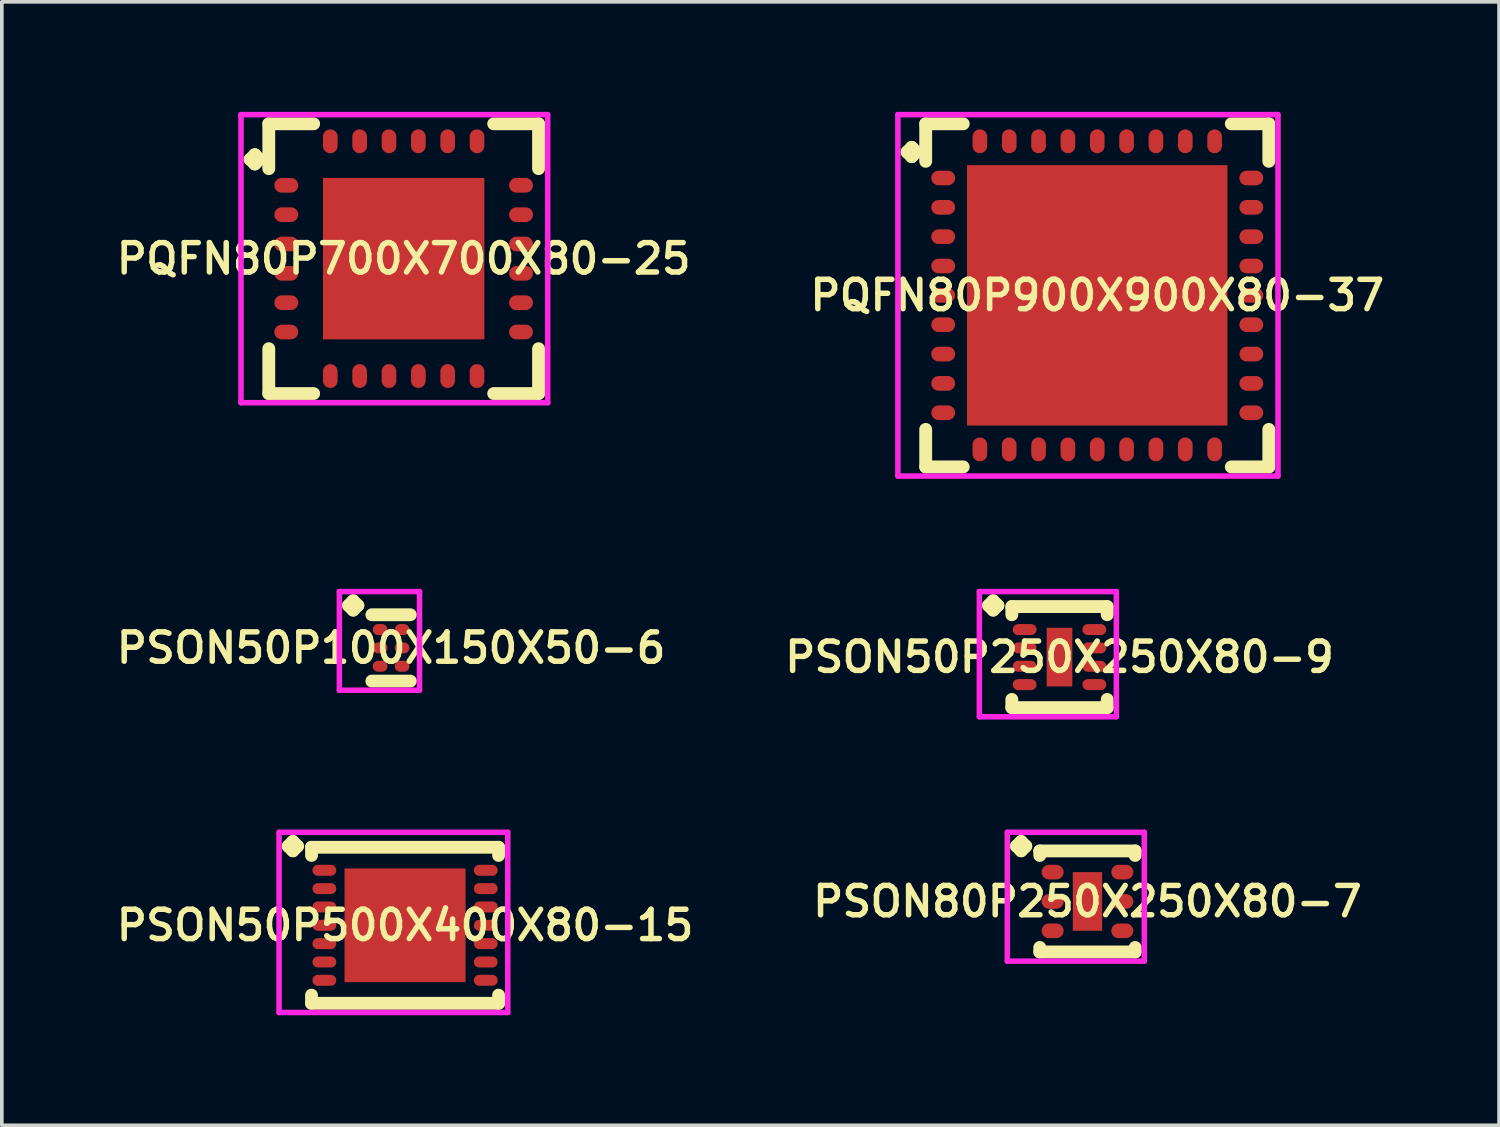
<source format=kicad_pcb>
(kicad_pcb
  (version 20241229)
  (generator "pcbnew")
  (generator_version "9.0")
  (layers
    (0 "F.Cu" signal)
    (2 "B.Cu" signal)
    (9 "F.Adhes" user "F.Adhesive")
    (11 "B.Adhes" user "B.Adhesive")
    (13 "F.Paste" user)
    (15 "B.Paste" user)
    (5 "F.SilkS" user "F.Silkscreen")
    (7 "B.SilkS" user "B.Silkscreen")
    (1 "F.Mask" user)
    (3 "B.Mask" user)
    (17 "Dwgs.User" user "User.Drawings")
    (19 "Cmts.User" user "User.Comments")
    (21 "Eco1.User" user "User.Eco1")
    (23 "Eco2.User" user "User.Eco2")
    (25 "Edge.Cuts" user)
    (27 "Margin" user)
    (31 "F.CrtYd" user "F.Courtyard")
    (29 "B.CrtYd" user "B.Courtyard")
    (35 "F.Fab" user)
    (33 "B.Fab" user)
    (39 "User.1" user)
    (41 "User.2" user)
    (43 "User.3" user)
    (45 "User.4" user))
  (footprint "PSON80P250X250X80-7"
    (layer "F.Cu")
    (at 26.597 21.526)
    (property "Reference" "PSON80P250X250X80-7" (at 0 0 0) (layer "F.SilkS") (effects (font (size 0.8 0.8) (thickness 0.15))))
    (attr through_hole)
    (fp_line (start -1.935 -1.508) (end -1.808 -1.635) (stroke (width 0.35) (type solid)) (layer "F.SilkS"))
    (fp_line (start -1.808 -1.635) (end -1.681 -1.508) (stroke (width 0.35) (type solid)) (layer "F.SilkS"))
    (fp_line (start -1.808 -1.381) (end -1.935 -1.508) (stroke (width 0.35) (type solid)) (layer "F.SilkS"))
    (fp_line (start -1.681 -1.508) (end -1.808 -1.381) (stroke (width 0.35) (type solid)) (layer "F.SilkS"))
    (fp_line (start -1.3 -1.377) (end 1.3 -1.377) (stroke (width 0.35) (type solid)) (layer "F.SilkS"))
    (fp_line (start -1.3 -1.254) (end -1.3 -1.377) (stroke (width 0.35) (type solid)) (layer "F.SilkS"))
    (fp_line (start -1.3 1.254) (end -1.3 1.377) (stroke (width 0.35) (type solid)) (layer "F.SilkS"))
    (fp_line (start -1.3 1.377) (end 1.3 1.377) (stroke (width 0.35) (type solid)) (layer "F.SilkS"))
    (fp_line (start 1.3 -1.377) (end 1.3 -1.254) (stroke (width 0.35) (type solid)) (layer "F.SilkS"))
    (fp_line (start 1.3 1.377) (end 1.3 1.254) (stroke (width 0.35) (type solid)) (layer "F.SilkS"))
    (fp_line (start -2.185 -1.885) (end 1.55 -1.885) (stroke (width 0.15) (type solid)) (layer "F.CrtYd"))
    (fp_line (start -2.185 1.627) (end -2.185 -1.885) (stroke (width 0.15) (type solid)) (layer "F.CrtYd"))
    (fp_line (start 1.55 -1.885) (end 1.55 1.627) (stroke (width 0.15) (type solid)) (layer "F.CrtYd"))
    (fp_line (start 1.55 1.627) (end -2.185 1.627) (stroke (width 0.15) (type solid)) (layer "F.CrtYd"))
    (pad "1" smd oval (at -0.95 -0.8) (size 0.6 0.4) (layers "F.Cu" "F.Mask" "F.Paste"))
    (pad "2" smd oval (at -0.95 0) (size 0.6 0.4) (layers "F.Cu" "F.Mask" "F.Paste"))
    (pad "3" smd oval (at -0.95 0.8) (size 0.6 0.4) (layers "F.Cu" "F.Mask" "F.Paste"))
    (pad "4" smd oval (at 0.95 0.8) (size 0.6 0.4) (layers "F.Cu" "F.Mask" "F.Paste"))
    (pad "5" smd oval (at 0.95 0) (size 0.6 0.4) (layers "F.Cu" "F.Mask" "F.Paste"))
    (pad "6" smd oval (at 0.95 -0.8) (size 0.6 0.4) (layers "F.Cu" "F.Mask" "F.Paste"))
    (pad "7" smd rect (at 0 0) (size 0.8 1.6) (layers "F.Cu" "F.Mask" "F.Paste")))
  (footprint "PSON50P250X250X80-9"
    (layer "F.Cu")
    (at 25.835 14.864)
    (property "Reference" "PSON50P250X250X80-9" (at 0 0 0) (layer "F.SilkS") (effects (font (size 0.8 0.8) (thickness 0.15))))
    (attr smd)
    (fp_line (start -1.935 -1.408) (end -1.808 -1.535) (stroke (width 0.35) (type solid)) (layer "F.SilkS"))
    (fp_line (start -1.808 -1.535) (end -1.681 -1.408) (stroke (width 0.35) (type solid)) (layer "F.SilkS"))
    (fp_line (start -1.808 -1.281) (end -1.935 -1.408) (stroke (width 0.35) (type solid)) (layer "F.SilkS"))
    (fp_line (start -1.681 -1.408) (end -1.808 -1.281) (stroke (width 0.35) (type solid)) (layer "F.SilkS"))
    (fp_line (start -1.3 -1.377) (end 1.3 -1.377) (stroke (width 0.35) (type solid)) (layer "F.SilkS"))
    (fp_line (start -1.3 -1.154) (end -1.3 -1.377) (stroke (width 0.35) (type solid)) (layer "F.SilkS"))
    (fp_line (start -1.3 1.154) (end -1.3 1.377) (stroke (width 0.35) (type solid)) (layer "F.SilkS"))
    (fp_line (start -1.3 1.377) (end 1.3 1.377) (stroke (width 0.35) (type solid)) (layer "F.SilkS"))
    (fp_line (start 1.3 -1.377) (end 1.3 -1.154) (stroke (width 0.35) (type solid)) (layer "F.SilkS"))
    (fp_line (start 1.3 1.377) (end 1.3 1.154) (stroke (width 0.35) (type solid)) (layer "F.SilkS"))
    (fp_line (start -2.185 -1.785) (end 1.55 -1.785) (stroke (width 0.15) (type solid)) (layer "F.CrtYd"))
    (fp_line (start -2.185 1.627) (end -2.185 -1.785) (stroke (width 0.15) (type solid)) (layer "F.CrtYd"))
    (fp_line (start 1.55 -1.785) (end 1.55 1.627) (stroke (width 0.15) (type solid)) (layer "F.CrtYd"))
    (fp_line (start 1.55 1.627) (end -2.185 1.627) (stroke (width 0.15) (type solid)) (layer "F.CrtYd"))
    (pad "1" smd oval (at -0.95 -0.75) (size 0.65 0.3) (layers "F.Cu" "F.Mask" "F.Paste"))
    (pad "2" smd oval (at -0.95 -0.25) (size 0.65 0.3) (layers "F.Cu" "F.Mask" "F.Paste"))
    (pad "3" smd oval (at -0.95 0.25) (size 0.65 0.3) (layers "F.Cu" "F.Mask" "F.Paste"))
    (pad "4" smd oval (at -0.95 0.75) (size 0.65 0.3) (layers "F.Cu" "F.Mask" "F.Paste"))
    (pad "5" smd oval (at 0.95 0.75) (size 0.65 0.3) (layers "F.Cu" "F.Mask" "F.Paste"))
    (pad "6" smd oval (at 0.95 0.25) (size 0.65 0.3) (layers "F.Cu" "F.Mask" "F.Paste"))
    (pad "7" smd oval (at 0.95 -0.25) (size 0.65 0.3) (layers "F.Cu" "F.Mask" "F.Paste"))
    (pad "8" smd oval (at 0.95 -0.75) (size 0.65 0.3) (layers "F.Cu" "F.Mask" "F.Paste"))
    (pad "9" smd rect (at 0 0) (size 0.7 1.6) (layers "F.Cu" "F.Mask" "F.Paste")))
  (footprint "PQFN80P700X700X80-25"
    (layer "F.Cu")
    (at 7.955 4.002)
    (property "Reference" "PQFN80P700X700X80-25" (at 0 0 0) (layer "F.SilkS") (effects (font (size 0.8 0.8) (thickness 0.15))))
    (attr smd)
    (fp_line (start -4.185 -2.708) (end -4.058 -2.835) (stroke (width 0.35) (type solid)) (layer "F.SilkS"))
    (fp_line (start -4.058 -2.835) (end -3.931 -2.708) (stroke (width 0.35) (type solid)) (layer "F.SilkS"))
    (fp_line (start -4.058 -2.581) (end -4.185 -2.708) (stroke (width 0.35) (type solid)) (layer "F.SilkS"))
    (fp_line (start -3.931 -2.708) (end -4.058 -2.581) (stroke (width 0.35) (type solid)) (layer "F.SilkS"))
    (fp_line (start -3.677 -3.677) (end -2.454 -3.677) (stroke (width 0.35) (type solid)) (layer "F.SilkS"))
    (fp_line (start -3.677 -2.454) (end -3.677 -3.677) (stroke (width 0.35) (type solid)) (layer "F.SilkS"))
    (fp_line (start -3.677 2.454) (end -3.677 3.677) (stroke (width 0.35) (type solid)) (layer "F.SilkS"))
    (fp_line (start -3.677 3.677) (end -2.454 3.677) (stroke (width 0.35) (type solid)) (layer "F.SilkS"))
    (fp_line (start 2.454 -3.677) (end 3.677 -3.677) (stroke (width 0.35) (type solid)) (layer "F.SilkS"))
    (fp_line (start 2.454 3.677) (end 3.677 3.677) (stroke (width 0.35) (type solid)) (layer "F.SilkS"))
    (fp_line (start 3.677 -3.677) (end 3.677 -2.454) (stroke (width 0.35) (type solid)) (layer "F.SilkS"))
    (fp_line (start 3.677 3.677) (end 3.677 2.454) (stroke (width 0.35) (type solid)) (layer "F.SilkS"))
    (fp_line (start -4.435 -3.927) (end 3.927 -3.927) (stroke (width 0.15) (type solid)) (layer "F.CrtYd"))
    (fp_line (start -4.435 3.927) (end -4.435 -3.927) (stroke (width 0.15) (type solid)) (layer "F.CrtYd"))
    (fp_line (start 3.927 -3.927) (end 3.927 3.927) (stroke (width 0.15) (type solid)) (layer "F.CrtYd"))
    (fp_line (start 3.927 3.927) (end -4.435 3.927) (stroke (width 0.15) (type solid)) (layer "F.CrtYd"))
    (pad "1" smd oval (at -3.2 -2) (size 0.65 0.4) (layers "F.Cu" "F.Mask" "F.Paste"))
    (pad "2" smd oval (at -3.2 -1.2) (size 0.65 0.4) (layers "F.Cu" "F.Mask" "F.Paste"))
    (pad "3" smd oval (at -3.2 -0.4) (size 0.65 0.4) (layers "F.Cu" "F.Mask" "F.Paste"))
    (pad "4" smd oval (at -3.2 0.4) (size 0.65 0.4) (layers "F.Cu" "F.Mask" "F.Paste"))
    (pad "5" smd oval (at -3.2 1.2) (size 0.65 0.4) (layers "F.Cu" "F.Mask" "F.Paste"))
    (pad "6" smd oval (at -3.2 2) (size 0.65 0.4) (layers "F.Cu" "F.Mask" "F.Paste"))
    (pad "7" smd oval (at -2 3.2) (size 0.4 0.65) (layers "F.Cu" "F.Mask" "F.Paste"))
    (pad "8" smd oval (at -1.2 3.2) (size 0.4 0.65) (layers "F.Cu" "F.Mask" "F.Paste"))
    (pad "9" smd oval (at -0.4 3.2) (size 0.4 0.65) (layers "F.Cu" "F.Mask" "F.Paste"))
    (pad "10" smd oval (at 0.4 3.2) (size 0.4 0.65) (layers "F.Cu" "F.Mask" "F.Paste"))
    (pad "11" smd oval (at 1.2 3.2) (size 0.4 0.65) (layers "F.Cu" "F.Mask" "F.Paste"))
    (pad "12" smd oval (at 2 3.2) (size 0.4 0.65) (layers "F.Cu" "F.Mask" "F.Paste"))
    (pad "13" smd oval (at 3.2 2) (size 0.65 0.4) (layers "F.Cu" "F.Mask" "F.Paste"))
    (pad "14" smd oval (at 3.2 1.2) (size 0.65 0.4) (layers "F.Cu" "F.Mask" "F.Paste"))
    (pad "15" smd oval (at 3.2 0.4) (size 0.65 0.4) (layers "F.Cu" "F.Mask" "F.Paste"))
    (pad "16" smd oval (at 3.2 -0.4) (size 0.65 0.4) (layers "F.Cu" "F.Mask" "F.Paste"))
    (pad "17" smd oval (at 3.2 -1.2) (size 0.65 0.4) (layers "F.Cu" "F.Mask" "F.Paste"))
    (pad "18" smd oval (at 3.2 -2) (size 0.65 0.4) (layers "F.Cu" "F.Mask" "F.Paste"))
    (pad "19" smd oval (at 2 -3.2) (size 0.4 0.65) (layers "F.Cu" "F.Mask" "F.Paste"))
    (pad "20" smd oval (at 1.2 -3.2) (size 0.4 0.65) (layers "F.Cu" "F.Mask" "F.Paste"))
    (pad "21" smd oval (at 0.4 -3.2) (size 0.4 0.65) (layers "F.Cu" "F.Mask" "F.Paste"))
    (pad "22" smd oval (at -0.4 -3.2) (size 0.4 0.65) (layers "F.Cu" "F.Mask" "F.Paste"))
    (pad "23" smd oval (at -1.2 -3.2) (size 0.4 0.65) (layers "F.Cu" "F.Mask" "F.Paste"))
    (pad "24" smd oval (at -2 -3.2) (size 0.4 0.65) (layers "F.Cu" "F.Mask" "F.Paste"))
    (pad "25" smd rect (at 0 0) (size 4.4 4.4) (layers "F.Cu" "F.Mask" "F.Paste")))
  (footprint "PQFN80P900X900X80-37"
    (layer "F.Cu")
    (at 26.864 5.002)
    (property "Reference" "PQFN80P900X900X80-37" (at 0 0 0) (layer "F.SilkS") (effects (font (size 0.8 0.8) (thickness 0.15))))
    (attr through_hole)
    (fp_line (start -5.185 -3.908) (end -5.058 -4.035) (stroke (width 0.35) (type solid)) (layer "F.SilkS"))
    (fp_line (start -5.058 -4.035) (end -4.931 -3.908) (stroke (width 0.35) (type solid)) (layer "F.SilkS"))
    (fp_line (start -5.058 -3.781) (end -5.185 -3.908) (stroke (width 0.35) (type solid)) (layer "F.SilkS"))
    (fp_line (start -4.931 -3.908) (end -5.058 -3.781) (stroke (width 0.35) (type solid)) (layer "F.SilkS"))
    (fp_line (start -4.677 -4.677) (end -3.654 -4.677) (stroke (width 0.35) (type solid)) (layer "F.SilkS"))
    (fp_line (start -4.677 -3.654) (end -4.677 -4.677) (stroke (width 0.35) (type solid)) (layer "F.SilkS"))
    (fp_line (start -4.677 3.654) (end -4.677 4.677) (stroke (width 0.35) (type solid)) (layer "F.SilkS"))
    (fp_line (start -4.677 4.677) (end -3.654 4.677) (stroke (width 0.35) (type solid)) (layer "F.SilkS"))
    (fp_line (start 3.654 -4.677) (end 4.677 -4.677) (stroke (width 0.35) (type solid)) (layer "F.SilkS"))
    (fp_line (start 3.654 4.677) (end 4.677 4.677) (stroke (width 0.35) (type solid)) (layer "F.SilkS"))
    (fp_line (start 4.677 -4.677) (end 4.677 -3.654) (stroke (width 0.35) (type solid)) (layer "F.SilkS"))
    (fp_line (start 4.677 4.677) (end 4.677 3.654) (stroke (width 0.35) (type solid)) (layer "F.SilkS"))
    (fp_line (start -5.435 -4.927) (end 4.927 -4.927) (stroke (width 0.15) (type solid)) (layer "F.CrtYd"))
    (fp_line (start -5.435 4.927) (end -5.435 -4.927) (stroke (width 0.15) (type solid)) (layer "F.CrtYd"))
    (fp_line (start 4.927 -4.927) (end 4.927 4.927) (stroke (width 0.15) (type solid)) (layer "F.CrtYd"))
    (fp_line (start 4.927 4.927) (end -5.435 4.927) (stroke (width 0.15) (type solid)) (layer "F.CrtYd"))
    (pad "1" smd oval (at -4.2 -3.2) (size 0.65 0.4) (layers "F.Cu" "F.Mask" "F.Paste"))
    (pad "2" smd oval (at -4.2 -2.4) (size 0.65 0.4) (layers "F.Cu" "F.Mask" "F.Paste"))
    (pad "3" smd oval (at -4.2 -1.6) (size 0.65 0.4) (layers "F.Cu" "F.Mask" "F.Paste"))
    (pad "4" smd oval (at -4.2 -0.8) (size 0.65 0.4) (layers "F.Cu" "F.Mask" "F.Paste"))
    (pad "5" smd oval (at -4.2 0) (size 0.65 0.4) (layers "F.Cu" "F.Mask" "F.Paste"))
    (pad "6" smd oval (at -4.2 0.8) (size 0.65 0.4) (layers "F.Cu" "F.Mask" "F.Paste"))
    (pad "7" smd oval (at -4.2 1.6) (size 0.65 0.4) (layers "F.Cu" "F.Mask" "F.Paste"))
    (pad "8" smd oval (at -4.2 2.4) (size 0.65 0.4) (layers "F.Cu" "F.Mask" "F.Paste"))
    (pad "9" smd oval (at -4.2 3.2) (size 0.65 0.4) (layers "F.Cu" "F.Mask" "F.Paste"))
    (pad "10" smd oval (at -3.2 4.2) (size 0.4 0.65) (layers "F.Cu" "F.Mask" "F.Paste"))
    (pad "11" smd oval (at -2.4 4.2) (size 0.4 0.65) (layers "F.Cu" "F.Mask" "F.Paste"))
    (pad "12" smd oval (at -1.6 4.2) (size 0.4 0.65) (layers "F.Cu" "F.Mask" "F.Paste"))
    (pad "13" smd oval (at -0.8 4.2) (size 0.4 0.65) (layers "F.Cu" "F.Mask" "F.Paste"))
    (pad "14" smd oval (at 0 4.2) (size 0.4 0.65) (layers "F.Cu" "F.Mask" "F.Paste"))
    (pad "15" smd oval (at 0.8 4.2) (size 0.4 0.65) (layers "F.Cu" "F.Mask" "F.Paste"))
    (pad "16" smd oval (at 1.6 4.2) (size 0.4 0.65) (layers "F.Cu" "F.Mask" "F.Paste"))
    (pad "17" smd oval (at 2.4 4.2) (size 0.4 0.65) (layers "F.Cu" "F.Mask" "F.Paste"))
    (pad "18" smd oval (at 3.2 4.2) (size 0.4 0.65) (layers "F.Cu" "F.Mask" "F.Paste"))
    (pad "19" smd oval (at 4.2 3.2) (size 0.65 0.4) (layers "F.Cu" "F.Mask" "F.Paste"))
    (pad "20" smd oval (at 4.2 2.4) (size 0.65 0.4) (layers "F.Cu" "F.Mask" "F.Paste"))
    (pad "21" smd oval (at 4.2 1.6) (size 0.65 0.4) (layers "F.Cu" "F.Mask" "F.Paste"))
    (pad "22" smd oval (at 4.2 0.8) (size 0.65 0.4) (layers "F.Cu" "F.Mask" "F.Paste"))
    (pad "23" smd oval (at 4.2 0) (size 0.65 0.4) (layers "F.Cu" "F.Mask" "F.Paste"))
    (pad "24" smd oval (at 4.2 -0.8) (size 0.65 0.4) (layers "F.Cu" "F.Mask" "F.Paste"))
    (pad "25" smd oval (at 4.2 -1.6) (size 0.65 0.4) (layers "F.Cu" "F.Mask" "F.Paste"))
    (pad "26" smd oval (at 4.2 -2.4) (size 0.65 0.4) (layers "F.Cu" "F.Mask" "F.Paste"))
    (pad "27" smd oval (at 4.2 -3.2) (size 0.65 0.4) (layers "F.Cu" "F.Mask" "F.Paste"))
    (pad "28" smd oval (at 3.2 -4.2) (size 0.4 0.65) (layers "F.Cu" "F.Mask" "F.Paste"))
    (pad "29" smd oval (at 2.4 -4.2) (size 0.4 0.65) (layers "F.Cu" "F.Mask" "F.Paste"))
    (pad "30" smd oval (at 1.6 -4.2) (size 0.4 0.65) (layers "F.Cu" "F.Mask" "F.Paste"))
    (pad "31" smd oval (at 0.8 -4.2) (size 0.4 0.65) (layers "F.Cu" "F.Mask" "F.Paste"))
    (pad "32" smd oval (at 0 -4.2) (size 0.4 0.65) (layers "F.Cu" "F.Mask" "F.Paste"))
    (pad "33" smd oval (at -0.8 -4.2) (size 0.4 0.65) (layers "F.Cu" "F.Mask" "F.Paste"))
    (pad "34" smd oval (at -1.6 -4.2) (size 0.4 0.65) (layers "F.Cu" "F.Mask" "F.Paste"))
    (pad "35" smd oval (at -2.4 -4.2) (size 0.4 0.65) (layers "F.Cu" "F.Mask" "F.Paste"))
    (pad "36" smd oval (at -3.2 -4.2) (size 0.4 0.65) (layers "F.Cu" "F.Mask" "F.Paste"))
    (pad "37" smd rect (at 0 0) (size 7.1 7.1) (layers "F.Cu" "F.Mask" "F.Paste")))
  (footprint "PSON50P100X150X50-6"
    (layer "F.Cu")
    (at 7.612 14.614)
    (property "Reference" "PSON50P100X150X50-6" (at 0 0 0) (layer "F.SilkS") (effects (font (size 0.8 0.8) (thickness 0.15))))
    (attr smd)
    (fp_line (start -1.16 -1.158) (end -1.033 -1.285) (stroke (width 0.35) (type solid)) (layer "F.SilkS"))
    (fp_line (start -1.033 -1.285) (end -0.906 -1.158) (stroke (width 0.35) (type solid)) (layer "F.SilkS"))
    (fp_line (start -1.033 -1.031) (end -1.16 -1.158) (stroke (width 0.35) (type solid)) (layer "F.SilkS"))
    (fp_line (start -0.906 -1.158) (end -1.033 -1.031) (stroke (width 0.35) (type solid)) (layer "F.SilkS"))
    (fp_line (start -0.525 -0.904) (end 0.525 -0.904) (stroke (width 0.35) (type solid)) (layer "F.SilkS"))
    (fp_line (start -0.525 0.904) (end 0.525 0.904) (stroke (width 0.35) (type solid)) (layer "F.SilkS"))
    (fp_line (start -1.41 -1.535) (end 0.775 -1.535) (stroke (width 0.15) (type solid)) (layer "F.CrtYd"))
    (fp_line (start -1.41 1.154) (end -1.41 -1.535) (stroke (width 0.15) (type solid)) (layer "F.CrtYd"))
    (fp_line (start 0.775 -1.535) (end 0.775 1.154) (stroke (width 0.15) (type solid)) (layer "F.CrtYd"))
    (fp_line (start 0.775 1.154) (end -1.41 1.154) (stroke (width 0.15) (type solid)) (layer "F.CrtYd"))
    (pad "1" smd oval (at -0.3 -0.5) (size 0.4 0.3) (layers "F.Cu" "F.Mask" "F.Paste"))
    (pad "2" smd oval (at -0.3 0) (size 0.4 0.3) (layers "F.Cu" "F.Mask" "F.Paste"))
    (pad "3" smd oval (at -0.3 0.5) (size 0.4 0.3) (layers "F.Cu" "F.Mask" "F.Paste"))
    (pad "4" smd oval (at 0.3 0.5) (size 0.4 0.3) (layers "F.Cu" "F.Mask" "F.Paste"))
    (pad "5" smd oval (at 0.3 0) (size 0.4 0.3) (layers "F.Cu" "F.Mask" "F.Paste"))
    (pad "6" smd oval (at 0.3 -0.5) (size 0.4 0.3) (layers "F.Cu" "F.Mask" "F.Paste")))
  (footprint "PSON50P500X400X80-15"
    (layer "F.Cu")
    (at 7.993 22.176)
    (property "Reference" "PSON50P500X400X80-15" (at 0 0 0) (layer "F.SilkS") (effects (font (size 0.8 0.8) (thickness 0.15))))
    (attr smd)
    (fp_line (start -3.185 -2.158) (end -3.058 -2.285) (stroke (width 0.35) (type solid)) (layer "F.SilkS"))
    (fp_line (start -3.058 -2.285) (end -2.931 -2.158) (stroke (width 0.35) (type solid)) (layer "F.SilkS"))
    (fp_line (start -3.058 -2.031) (end -3.185 -2.158) (stroke (width 0.35) (type solid)) (layer "F.SilkS"))
    (fp_line (start -2.931 -2.158) (end -3.058 -2.031) (stroke (width 0.35) (type solid)) (layer "F.SilkS"))
    (fp_line (start -2.55 -2.127) (end 2.55 -2.127) (stroke (width 0.35) (type solid)) (layer "F.SilkS"))
    (fp_line (start -2.55 -1.904) (end -2.55 -2.127) (stroke (width 0.35) (type solid)) (layer "F.SilkS"))
    (fp_line (start -2.55 1.904) (end -2.55 2.127) (stroke (width 0.35) (type solid)) (layer "F.SilkS"))
    (fp_line (start -2.55 2.127) (end 2.55 2.127) (stroke (width 0.35) (type solid)) (layer "F.SilkS"))
    (fp_line (start 2.55 -2.127) (end 2.55 -1.904) (stroke (width 0.35) (type solid)) (layer "F.SilkS"))
    (fp_line (start 2.55 2.127) (end 2.55 1.904) (stroke (width 0.35) (type solid)) (layer "F.SilkS"))
    (fp_line (start -3.435 -2.535) (end 2.8 -2.535) (stroke (width 0.15) (type solid)) (layer "F.CrtYd"))
    (fp_line (start -3.435 2.377) (end -3.435 -2.535) (stroke (width 0.15) (type solid)) (layer "F.CrtYd"))
    (fp_line (start 2.8 -2.535) (end 2.8 2.377) (stroke (width 0.15) (type solid)) (layer "F.CrtYd"))
    (fp_line (start 2.8 2.377) (end -3.435 2.377) (stroke (width 0.15) (type solid)) (layer "F.CrtYd"))
    (pad "1" smd oval (at -2.2 -1.5) (size 0.65 0.3) (layers "F.Cu" "F.Mask" "F.Paste"))
    (pad "2" smd oval (at -2.2 -1) (size 0.65 0.3) (layers "F.Cu" "F.Mask" "F.Paste"))
    (pad "3" smd oval (at -2.2 -0.5) (size 0.65 0.3) (layers "F.Cu" "F.Mask" "F.Paste"))
    (pad "4" smd oval (at -2.2 0) (size 0.65 0.3) (layers "F.Cu" "F.Mask" "F.Paste"))
    (pad "5" smd oval (at -2.2 0.5) (size 0.65 0.3) (layers "F.Cu" "F.Mask" "F.Paste"))
    (pad "6" smd oval (at -2.2 1) (size 0.65 0.3) (layers "F.Cu" "F.Mask" "F.Paste"))
    (pad "7" smd oval (at -2.2 1.5) (size 0.65 0.3) (layers "F.Cu" "F.Mask" "F.Paste"))
    (pad "8" smd oval (at 2.2 1.5) (size 0.65 0.3) (layers "F.Cu" "F.Mask" "F.Paste"))
    (pad "9" smd oval (at 2.2 1) (size 0.65 0.3) (layers "F.Cu" "F.Mask" "F.Paste"))
    (pad "10" smd oval (at 2.2 0.5) (size 0.65 0.3) (layers "F.Cu" "F.Mask" "F.Paste"))
    (pad "11" smd oval (at 2.2 0) (size 0.65 0.3) (layers "F.Cu" "F.Mask" "F.Paste"))
    (pad "12" smd oval (at 2.2 -0.5) (size 0.65 0.3) (layers "F.Cu" "F.Mask" "F.Paste"))
    (pad "13" smd oval (at 2.2 -1) (size 0.65 0.3) (layers "F.Cu" "F.Mask" "F.Paste"))
    (pad "14" smd oval (at 2.2 -1.5) (size 0.65 0.3) (layers "F.Cu" "F.Mask" "F.Paste"))
    (pad "15" smd rect (at 0 0) (size 3.3 3.1) (layers "F.Cu" "F.Mask" "F.Paste")))
  (gr_rect
    (start -3 -3)
    (end 37.818 27.628)
    (stroke (width 0.1) (type default))
    (fill no)
    (layer "Edge.Cuts")))
</source>
